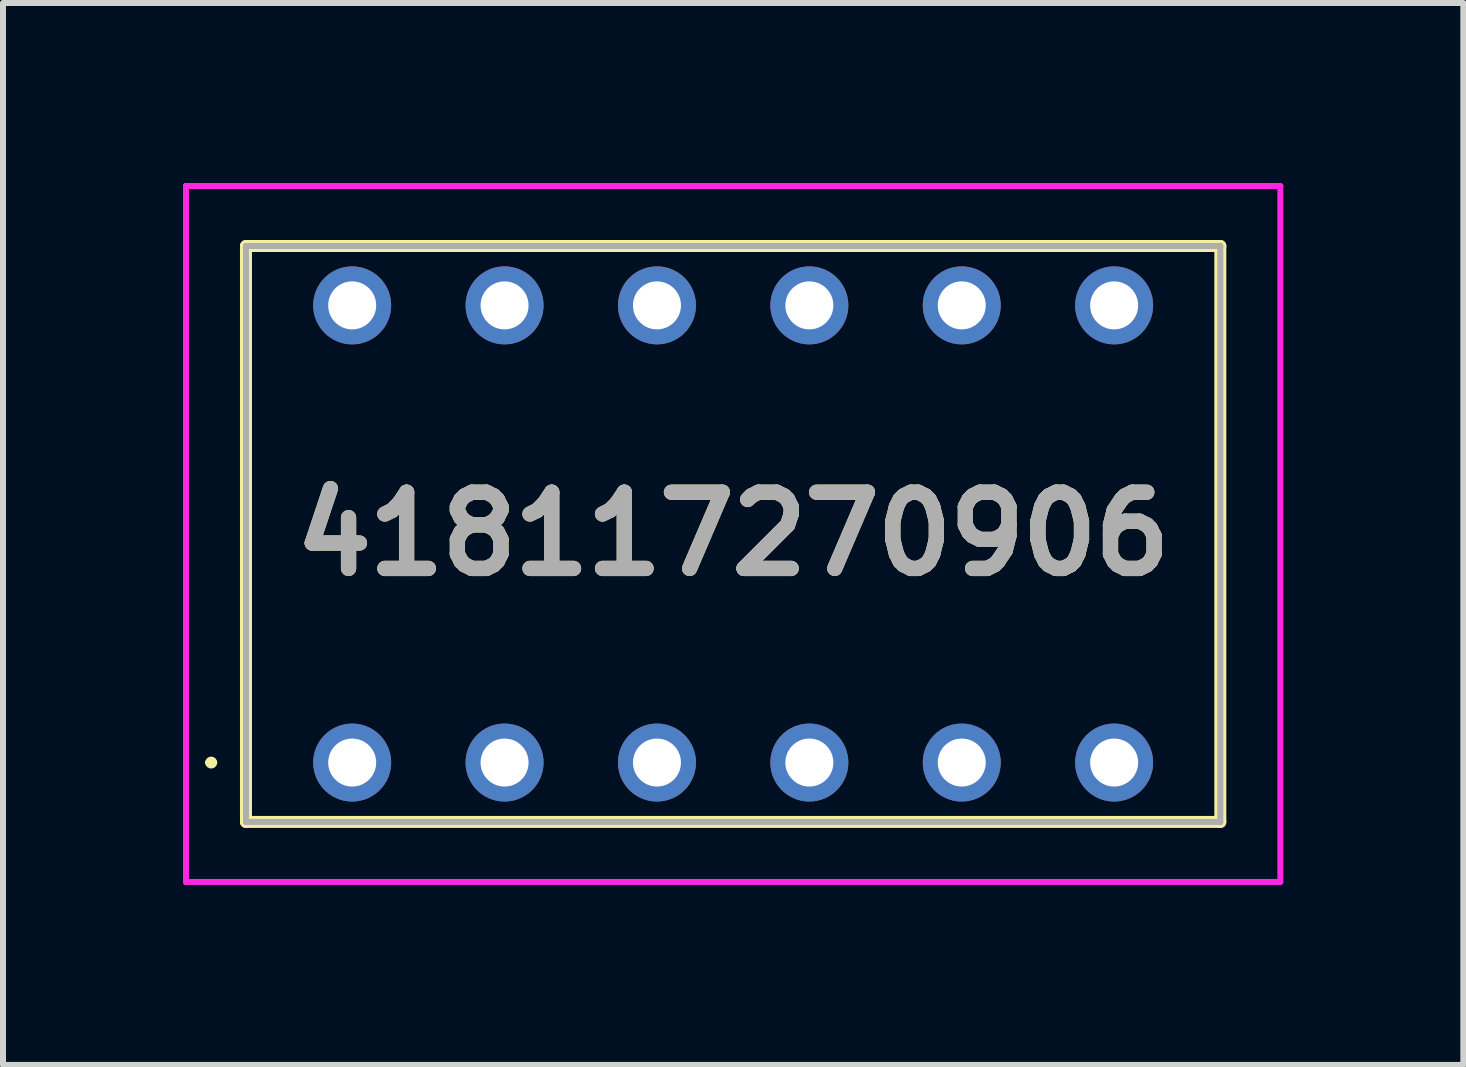
<source format=kicad_pcb>
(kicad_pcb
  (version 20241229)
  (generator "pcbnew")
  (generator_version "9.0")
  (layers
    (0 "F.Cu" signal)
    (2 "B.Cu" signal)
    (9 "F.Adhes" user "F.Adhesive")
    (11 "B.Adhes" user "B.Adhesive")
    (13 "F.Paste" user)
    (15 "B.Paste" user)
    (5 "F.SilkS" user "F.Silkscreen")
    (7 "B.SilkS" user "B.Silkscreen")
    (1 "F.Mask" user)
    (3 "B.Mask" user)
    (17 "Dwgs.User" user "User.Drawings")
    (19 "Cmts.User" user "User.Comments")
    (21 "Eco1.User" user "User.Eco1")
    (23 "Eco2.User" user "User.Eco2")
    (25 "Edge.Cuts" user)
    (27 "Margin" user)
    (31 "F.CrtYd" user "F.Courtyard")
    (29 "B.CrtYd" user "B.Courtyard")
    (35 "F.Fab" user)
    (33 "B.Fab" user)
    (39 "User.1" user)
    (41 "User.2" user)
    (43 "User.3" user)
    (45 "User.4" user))
  (footprint "418117270906"
    (layer "F.Cu")
    (at 2.82 9.66)
    (property "Reference" "418117270906" (at 6.35 -3.81 0) (layer "F.SilkS") (effects (font (size 1.27 1.27) (thickness 0.254))))
    (attr through_hole)
    (fp_line (start -2.4 0) (end -2.4 0) (stroke (width 0.1) (type solid)) (layer "F.SilkS"))
    (fp_line (start -2.3 0) (end -2.3 0) (stroke (width 0.1) (type solid)) (layer "F.SilkS"))
    (fp_line (start -1.77 -8.61) (end 14.47 -8.61) (stroke (width 0.2) (type solid)) (layer "F.SilkS"))
    (fp_line (start -1.77 0.99) (end -1.77 -8.61) (stroke (width 0.2) (type solid)) (layer "F.SilkS"))
    (fp_line (start 14.47 -8.61) (end 14.47 0.99) (stroke (width 0.2) (type solid)) (layer "F.SilkS"))
    (fp_line (start 14.47 0.99) (end -1.77 0.99) (stroke (width 0.2) (type solid)) (layer "F.SilkS"))
    (fp_arc (start -2.4 0) (mid -2.35 -0.05) (end -2.3 0) (stroke (width 0.1) (type solid)) (layer "F.SilkS"))
    (fp_arc (start -2.3 0) (mid -2.35 0.05) (end -2.4 0) (stroke (width 0.1) (type solid)) (layer "F.SilkS"))
    (fp_line (start -2.77 -9.61) (end 15.47 -9.61) (stroke (width 0.1) (type solid)) (layer "F.CrtYd"))
    (fp_line (start -2.77 1.99) (end -2.77 -9.61) (stroke (width 0.1) (type solid)) (layer "F.CrtYd"))
    (fp_line (start 15.47 -9.61) (end 15.47 1.99) (stroke (width 0.1) (type solid)) (layer "F.CrtYd"))
    (fp_line (start 15.47 1.99) (end -2.77 1.99) (stroke (width 0.1) (type solid)) (layer "F.CrtYd"))
    (fp_line (start -1.77 -8.61) (end 14.47 -8.61) (stroke (width 0.1) (type solid)) (layer "F.Fab"))
    (fp_line (start -1.77 0.99) (end -1.77 -8.61) (stroke (width 0.1) (type solid)) (layer "F.Fab"))
    (fp_line (start 14.47 -8.61) (end 14.47 0.99) (stroke (width 0.1) (type solid)) (layer "F.Fab"))
    (fp_line (start 14.47 0.99) (end -1.77 0.99) (stroke (width 0.1) (type solid)) (layer "F.Fab"))
    (fp_text user "${REFERENCE}" (at 6.35 -3.81 0) (layer "F.Fab") (effects (font (size 1.27 1.27) (thickness 0.254))))
    (pad "1" thru_hole circle (at 0 0) (size 1.3 1.3) (drill 0.8) (layers "*.Cu" "*.Mask"))
    (pad "2" thru_hole circle (at 2.54 0) (size 1.3 1.3) (drill 0.8) (layers "*.Cu" "*.Mask"))
    (pad "3" thru_hole circle (at 5.08 0) (size 1.3 1.3) (drill 0.8) (layers "*.Cu" "*.Mask"))
    (pad "4" thru_hole circle (at 7.62 0) (size 1.3 1.3) (drill 0.8) (layers "*.Cu" "*.Mask"))
    (pad "5" thru_hole circle (at 10.16 0) (size 1.3 1.3) (drill 0.8) (layers "*.Cu" "*.Mask"))
    (pad "6" thru_hole circle (at 12.7 0) (size 1.3 1.3) (drill 0.8) (layers "*.Cu" "*.Mask"))
    (pad "7" thru_hole circle (at 12.7 -7.62) (size 1.3 1.3) (drill 0.8) (layers "*.Cu" "*.Mask"))
    (pad "8" thru_hole circle (at 10.16 -7.62) (size 1.3 1.3) (drill 0.8) (layers "*.Cu" "*.Mask"))
    (pad "9" thru_hole circle (at 7.62 -7.62) (size 1.3 1.3) (drill 0.8) (layers "*.Cu" "*.Mask"))
    (pad "10" thru_hole circle (at 5.08 -7.62) (size 1.3 1.3) (drill 0.8) (layers "*.Cu" "*.Mask"))
    (pad "11" thru_hole circle (at 2.54 -7.62) (size 1.3 1.3) (drill 0.8) (layers "*.Cu" "*.Mask"))
    (pad "12" thru_hole circle (at 0 -7.62) (size 1.3 1.3) (drill 0.8) (layers "*.Cu" "*.Mask")))
  (gr_rect
    (start -3 -3)
    (end 21.34 14.7)
    (stroke (width 0.1) (type default))
    (fill no)
    (layer "Edge.Cuts")))
</source>
